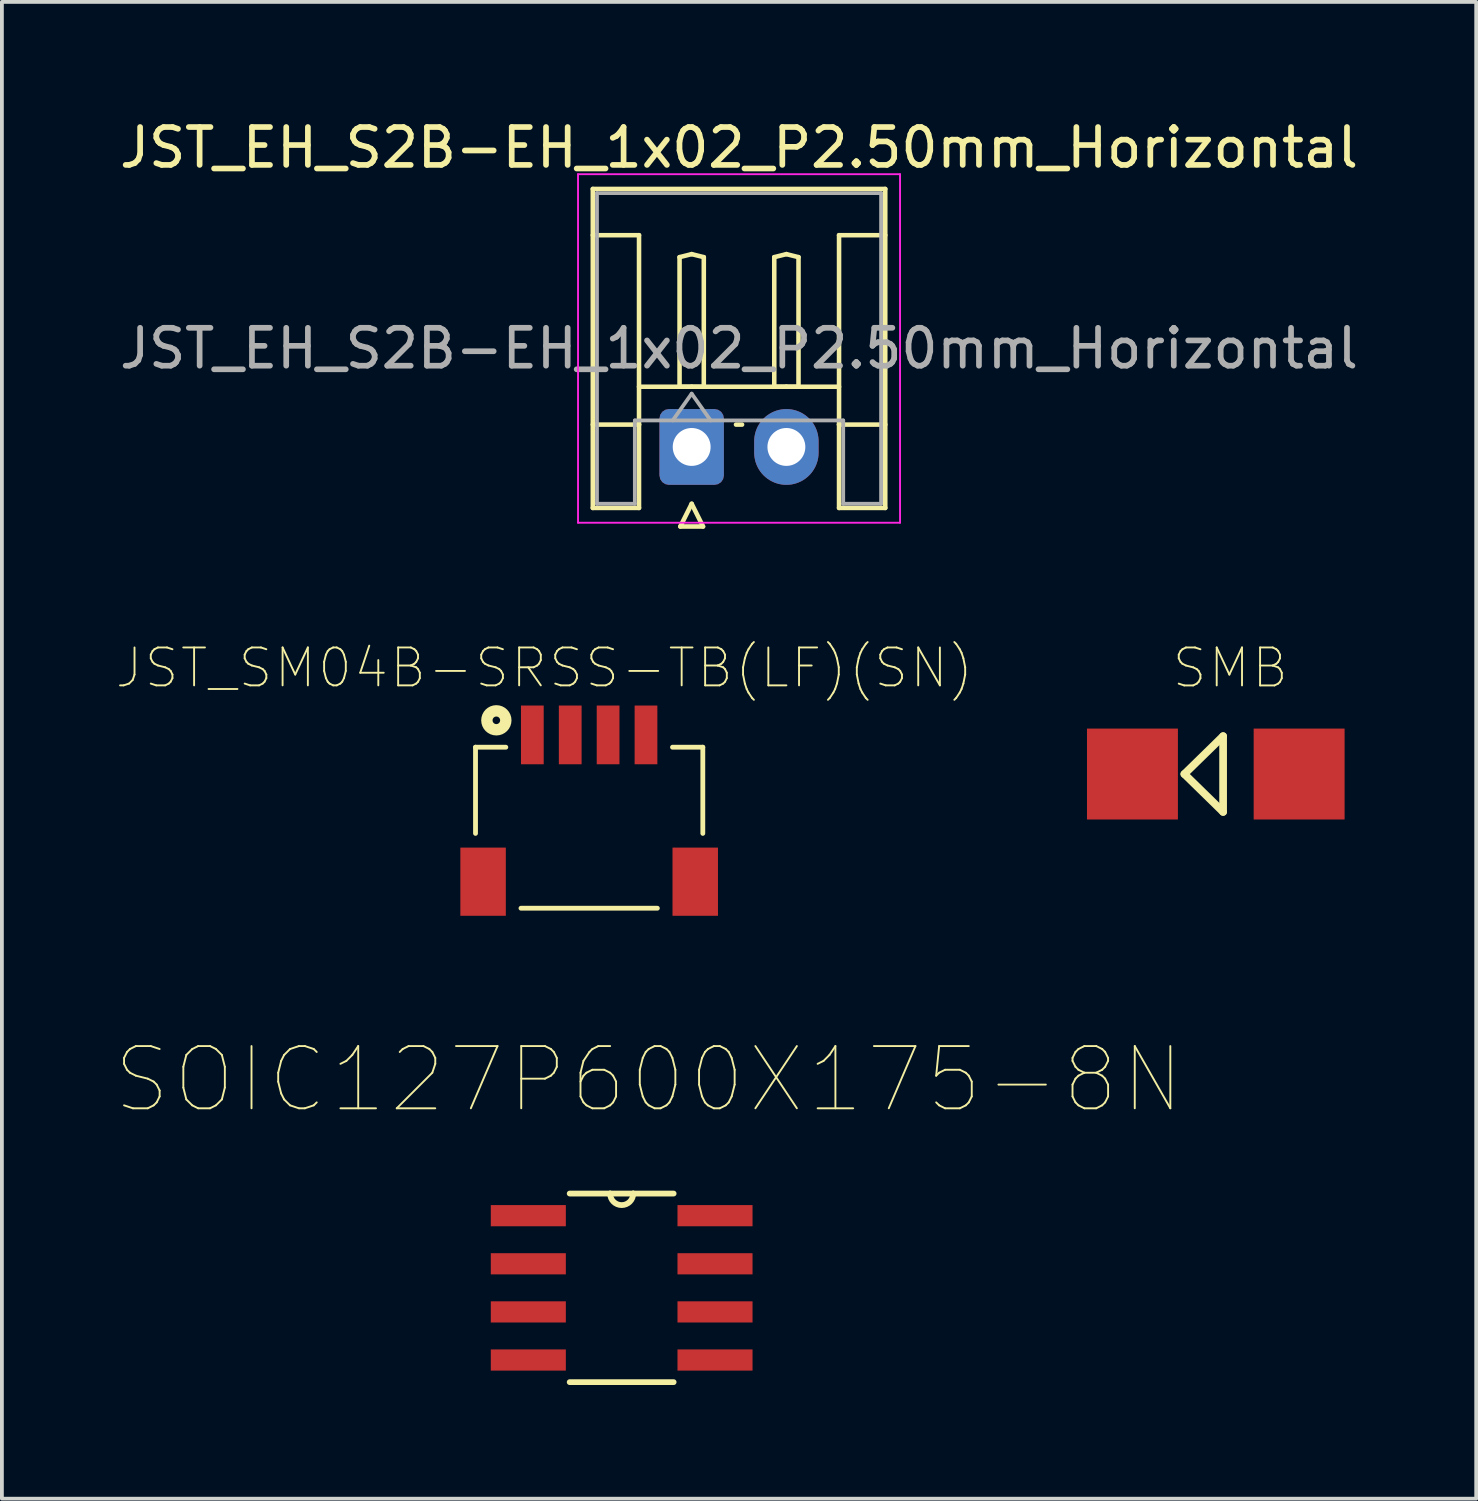
<source format=kicad_pcb>
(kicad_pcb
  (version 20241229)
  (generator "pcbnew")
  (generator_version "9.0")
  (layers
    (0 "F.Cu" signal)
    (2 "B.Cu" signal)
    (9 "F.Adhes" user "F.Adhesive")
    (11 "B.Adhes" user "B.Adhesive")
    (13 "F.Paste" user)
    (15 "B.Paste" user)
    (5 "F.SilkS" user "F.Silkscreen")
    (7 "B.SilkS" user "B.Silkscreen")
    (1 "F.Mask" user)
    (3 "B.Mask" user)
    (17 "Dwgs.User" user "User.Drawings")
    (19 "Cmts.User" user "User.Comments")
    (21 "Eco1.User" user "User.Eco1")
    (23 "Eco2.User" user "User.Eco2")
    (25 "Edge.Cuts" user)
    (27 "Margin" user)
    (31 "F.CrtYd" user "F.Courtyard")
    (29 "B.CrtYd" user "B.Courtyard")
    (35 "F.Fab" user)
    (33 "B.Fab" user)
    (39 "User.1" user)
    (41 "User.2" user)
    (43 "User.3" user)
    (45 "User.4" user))
  (footprint "JST_SM04B-SRSS-TB(LF)(SN)"
    (layer "F.Cu")
    (at 12.502 16.349)
    (property "Reference" "JST_SM04B-SRSS-TB(LF)(SN)" (at -1.181 -1.768 0) (layer "F.SilkS") (effects (font (size 1.001 1.001) (thickness 0.05))))
    (attr smd)
    (fp_line (start -3 0.325) (end -3 2.6) (stroke (width 0.127) (type solid)) (layer "F.SilkS"))
    (fp_line (start -2.2 0.325) (end -3 0.325) (stroke (width 0.127) (type solid)) (layer "F.SilkS"))
    (fp_line (start -1.8 4.575) (end 1.8 4.575) (stroke (width 0.127) (type solid)) (layer "F.SilkS"))
    (fp_line (start 2.2 0.325) (end 3 0.325) (stroke (width 0.127) (type solid)) (layer "F.SilkS"))
    (fp_line (start 3 0.325) (end 3 2.6) (stroke (width 0.127) (type solid)) (layer "F.SilkS"))
    (fp_circle (center -2.45 -0.385) (end -2.35 -0.385) (stroke (width 0.3) (type solid)) (fill no) (layer "F.SilkS"))
    (fp_line (start -3.65 -1.025) (end 3.65 -1.025) (stroke (width 0.05) (type solid)) (layer "Eco1.User"))
    (fp_line (start -3.65 5.025) (end -3.65 -1.025) (stroke (width 0.05) (type solid)) (layer "Eco1.User"))
    (fp_line (start 3.65 -1.025) (end 3.65 5.025) (stroke (width 0.05) (type solid)) (layer "Eco1.User"))
    (fp_line (start 3.65 5.025) (end -3.65 5.025) (stroke (width 0.05) (type solid)) (layer "Eco1.User"))
    (fp_line (start -3 0.325) (end 3 0.325) (stroke (width 0.127) (type solid)) (layer "Eco2.User"))
    (fp_line (start -3 4.575) (end -3 0.325) (stroke (width 0.127) (type solid)) (layer "Eco2.User"))
    (fp_line (start 3 0.325) (end 3 4.575) (stroke (width 0.127) (type solid)) (layer "Eco2.User"))
    (fp_line (start 3 4.575) (end -3 4.575) (stroke (width 0.127) (type solid)) (layer "Eco2.User"))
    (fp_circle (center -2.45 -0.385) (end -2.35 -0.385) (stroke (width 0.3) (type solid)) (fill no) (layer "Eco2.User"))
    (pad "1" smd rect (at -1.5 0) (size 0.6 1.55) (layers "F.Cu" "F.Mask" "F.Paste"))
    (pad "2" smd rect (at -0.5 0) (size 0.6 1.55) (layers "F.Cu" "F.Mask" "F.Paste"))
    (pad "3" smd rect (at 0.5 0) (size 0.6 1.55) (layers "F.Cu" "F.Mask" "F.Paste"))
    (pad "4" smd rect (at 1.5 0) (size 0.6 1.55) (layers "F.Cu" "F.Mask" "F.Paste"))
    (pad "S1" smd rect (at -2.8 3.875 180) (size 1.2 1.8) (layers "F.Cu" "F.Mask" "F.Paste"))
    (pad "S2" smd rect (at 2.8 3.875 180) (size 1.2 1.8) (layers "F.Cu" "F.Mask" "F.Paste")))
  (footprint "SOIC127P600X175-8N"
    (layer "F.Cu")
    (at 13.36 30.945)
    (property "Reference" "SOIC127P600X175-8N" (at 0.713 -5.497 0) (layer "F.SilkS") (effects (font (size 1.643 1.643) (thickness 0.05))))
    (attr smd)
    (fp_line (start -1.372 2.489) (end 1.372 2.489) (stroke (width 0.152) (type solid)) (layer "F.SilkS"))
    (fp_line (start -0.305 -2.489) (end -1.372 -2.489) (stroke (width 0.152) (type solid)) (layer "F.SilkS"))
    (fp_line (start 0.305 -2.489) (end -0.305 -2.489) (stroke (width 0.152) (type solid)) (layer "F.SilkS"))
    (fp_line (start 1.372 -2.489) (end 0.305 -2.489) (stroke (width 0.152) (type solid)) (layer "F.SilkS"))
    (fp_arc (start 0.3048 -2.4892) (mid 0 -2.1844) (end -0.3048 -2.4892) (stroke (width 0.1524) (type solid)) (layer "F.SilkS"))
    (fp_line (start -3.099 -2.159) (end -3.099 -1.651) (stroke (width 0.1) (type solid)) (layer "Eco2.User"))
    (fp_line (start -3.099 -1.651) (end -2.007 -1.651) (stroke (width 0.1) (type solid)) (layer "Eco2.User"))
    (fp_line (start -3.099 -0.889) (end -3.099 -0.381) (stroke (width 0.1) (type solid)) (layer "Eco2.User"))
    (fp_line (start -3.099 -0.381) (end -2.007 -0.381) (stroke (width 0.1) (type solid)) (layer "Eco2.User"))
    (fp_line (start -3.099 0.381) (end -3.099 0.889) (stroke (width 0.1) (type solid)) (layer "Eco2.User"))
    (fp_line (start -3.099 0.889) (end -2.007 0.889) (stroke (width 0.1) (type solid)) (layer "Eco2.User"))
    (fp_line (start -3.099 1.651) (end -3.099 2.159) (stroke (width 0.1) (type solid)) (layer "Eco2.User"))
    (fp_line (start -3.099 2.159) (end -2.007 2.159) (stroke (width 0.1) (type solid)) (layer "Eco2.User"))
    (fp_line (start -2.007 -2.489) (end -2.007 2.489) (stroke (width 0.1) (type solid)) (layer "Eco2.User"))
    (fp_line (start -2.007 -2.159) (end -3.099 -2.159) (stroke (width 0.1) (type solid)) (layer "Eco2.User"))
    (fp_line (start -2.007 -1.651) (end -2.007 -2.159) (stroke (width 0.1) (type solid)) (layer "Eco2.User"))
    (fp_line (start -2.007 -0.889) (end -3.099 -0.889) (stroke (width 0.1) (type solid)) (layer "Eco2.User"))
    (fp_line (start -2.007 -0.381) (end -2.007 -0.889) (stroke (width 0.1) (type solid)) (layer "Eco2.User"))
    (fp_line (start -2.007 0.381) (end -3.099 0.381) (stroke (width 0.1) (type solid)) (layer "Eco2.User"))
    (fp_line (start -2.007 0.889) (end -2.007 0.381) (stroke (width 0.1) (type solid)) (layer "Eco2.User"))
    (fp_line (start -2.007 1.651) (end -3.099 1.651) (stroke (width 0.1) (type solid)) (layer "Eco2.User"))
    (fp_line (start -2.007 2.159) (end -2.007 1.651) (stroke (width 0.1) (type solid)) (layer "Eco2.User"))
    (fp_line (start -2.007 2.489) (end 2.007 2.489) (stroke (width 0.1) (type solid)) (layer "Eco2.User"))
    (fp_line (start -0.305 -2.489) (end -2.007 -2.489) (stroke (width 0.1) (type solid)) (layer "Eco2.User"))
    (fp_line (start 0.305 -2.489) (end -0.305 -2.489) (stroke (width 0.1) (type solid)) (layer "Eco2.User"))
    (fp_line (start 2.007 -2.489) (end 0.305 -2.489) (stroke (width 0.1) (type solid)) (layer "Eco2.User"))
    (fp_line (start 2.007 -2.159) (end 2.007 -1.651) (stroke (width 0.1) (type solid)) (layer "Eco2.User"))
    (fp_line (start 2.007 -1.651) (end 3.099 -1.651) (stroke (width 0.1) (type solid)) (layer "Eco2.User"))
    (fp_line (start 2.007 -0.889) (end 2.007 -0.381) (stroke (width 0.1) (type solid)) (layer "Eco2.User"))
    (fp_line (start 2.007 -0.381) (end 3.099 -0.381) (stroke (width 0.1) (type solid)) (layer "Eco2.User"))
    (fp_line (start 2.007 0.381) (end 2.007 0.889) (stroke (width 0.1) (type solid)) (layer "Eco2.User"))
    (fp_line (start 2.007 0.889) (end 3.099 0.889) (stroke (width 0.1) (type solid)) (layer "Eco2.User"))
    (fp_line (start 2.007 1.651) (end 2.007 2.159) (stroke (width 0.1) (type solid)) (layer "Eco2.User"))
    (fp_line (start 2.007 2.159) (end 3.099 2.159) (stroke (width 0.1) (type solid)) (layer "Eco2.User"))
    (fp_line (start 2.007 2.489) (end 2.007 -2.489) (stroke (width 0.1) (type solid)) (layer "Eco2.User"))
    (fp_line (start 3.099 -2.159) (end 2.007 -2.159) (stroke (width 0.1) (type solid)) (layer "Eco2.User"))
    (fp_line (start 3.099 -1.651) (end 3.099 -2.159) (stroke (width 0.1) (type solid)) (layer "Eco2.User"))
    (fp_line (start 3.099 -0.889) (end 2.007 -0.889) (stroke (width 0.1) (type solid)) (layer "Eco2.User"))
    (fp_line (start 3.099 -0.381) (end 3.099 -0.889) (stroke (width 0.1) (type solid)) (layer "Eco2.User"))
    (fp_line (start 3.099 0.381) (end 2.007 0.381) (stroke (width 0.1) (type solid)) (layer "Eco2.User"))
    (fp_line (start 3.099 0.889) (end 3.099 0.381) (stroke (width 0.1) (type solid)) (layer "Eco2.User"))
    (fp_line (start 3.099 1.651) (end 2.007 1.651) (stroke (width 0.1) (type solid)) (layer "Eco2.User"))
    (fp_line (start 3.099 2.159) (end 3.099 1.651) (stroke (width 0.1) (type solid)) (layer "Eco2.User"))
    (fp_arc (start 0.3048 -2.4892) (mid 0 -2.1844) (end -0.3048 -2.4892) (stroke (width 0.1) (type solid)) (layer "Eco2.User"))
    (pad "1" smd rect (at -2.464 -1.905) (size 1.981 0.559) (layers "F.Cu" "F.Mask" "F.Paste"))
    (pad "2" smd rect (at -2.464 -0.635) (size 1.981 0.559) (layers "F.Cu" "F.Mask" "F.Paste"))
    (pad "3" smd rect (at -2.464 0.635) (size 1.981 0.559) (layers "F.Cu" "F.Mask" "F.Paste"))
    (pad "4" smd rect (at -2.464 1.905) (size 1.981 0.559) (layers "F.Cu" "F.Mask" "F.Paste"))
    (pad "5" smd rect (at 2.464 1.905) (size 1.981 0.559) (layers "F.Cu" "F.Mask" "F.Paste"))
    (pad "6" smd rect (at 2.464 0.635) (size 1.981 0.559) (layers "F.Cu" "F.Mask" "F.Paste"))
    (pad "7" smd rect (at 2.464 -0.635) (size 1.981 0.559) (layers "F.Cu" "F.Mask" "F.Paste"))
    (pad "8" smd rect (at 2.464 -1.905) (size 1.981 0.559) (layers "F.Cu" "F.Mask" "F.Paste")))
  (footprint "JST_EH_S2B-EH_1x02_P2.50mm_Horizontal"
    (layer "F.Cu")
    (at 15.208 8.748)
    (property "Reference" "JST_EH_S2B-EH_1x02_P2.50mm_Horizontal" (at 1.25 -7.9 0) (layer "F.SilkS") (effects (font (size 1 1) (thickness 0.15))))
    (attr through_hole)
    (fp_line (start -2.61 -6.81) (end 5.11 -6.81) (stroke (width 0.12) (type solid)) (layer "F.SilkS"))
    (fp_line (start -2.61 -5.59) (end -1.39 -5.59) (stroke (width 0.12) (type solid)) (layer "F.SilkS"))
    (fp_line (start -2.61 1.61) (end -2.61 -6.81) (stroke (width 0.12) (type solid)) (layer "F.SilkS"))
    (fp_line (start -1.39 -5.59) (end -1.39 -0.59) (stroke (width 0.12) (type solid)) (layer "F.SilkS"))
    (fp_line (start -1.39 -1.59) (end 3.89 -1.59) (stroke (width 0.12) (type solid)) (layer "F.SilkS"))
    (fp_line (start -1.39 -0.59) (end -2.61 -0.59) (stroke (width 0.12) (type solid)) (layer "F.SilkS"))
    (fp_line (start -1.39 -0.59) (end -1.39 1.61) (stroke (width 0.12) (type solid)) (layer "F.SilkS"))
    (fp_line (start -1.39 1.61) (end -2.61 1.61) (stroke (width 0.12) (type solid)) (layer "F.SilkS"))
    (fp_line (start -0.32 -5.01) (end 0 -5.09) (stroke (width 0.12) (type solid)) (layer "F.SilkS"))
    (fp_line (start -0.32 -1.59) (end -0.32 -5.01) (stroke (width 0.12) (type solid)) (layer "F.SilkS"))
    (fp_line (start -0.3 2.1) (end 0.3 2.1) (stroke (width 0.12) (type solid)) (layer "F.SilkS"))
    (fp_line (start 0 -5.09) (end 0.32 -5.01) (stroke (width 0.12) (type solid)) (layer "F.SilkS"))
    (fp_line (start 0 -1.59) (end -0.32 -1.59) (stroke (width 0.12) (type solid)) (layer "F.SilkS"))
    (fp_line (start 0 1.5) (end -0.3 2.1) (stroke (width 0.12) (type solid)) (layer "F.SilkS"))
    (fp_line (start 0.3 2.1) (end 0 1.5) (stroke (width 0.12) (type solid)) (layer "F.SilkS"))
    (fp_line (start 0.32 -5.01) (end 0.32 -1.59) (stroke (width 0.12) (type solid)) (layer "F.SilkS"))
    (fp_line (start 0.32 -1.59) (end 0 -1.59) (stroke (width 0.12) (type solid)) (layer "F.SilkS"))
    (fp_line (start 1.17 -0.59) (end 1.33 -0.59) (stroke (width 0.12) (type solid)) (layer "F.SilkS"))
    (fp_line (start 2.18 -5.01) (end 2.5 -5.09) (stroke (width 0.12) (type solid)) (layer "F.SilkS"))
    (fp_line (start 2.18 -1.59) (end 2.18 -5.01) (stroke (width 0.12) (type solid)) (layer "F.SilkS"))
    (fp_line (start 2.5 -5.09) (end 2.82 -5.01) (stroke (width 0.12) (type solid)) (layer "F.SilkS"))
    (fp_line (start 2.5 -1.59) (end 2.18 -1.59) (stroke (width 0.12) (type solid)) (layer "F.SilkS"))
    (fp_line (start 2.82 -5.01) (end 2.82 -1.59) (stroke (width 0.12) (type solid)) (layer "F.SilkS"))
    (fp_line (start 2.82 -1.59) (end 2.5 -1.59) (stroke (width 0.12) (type solid)) (layer "F.SilkS"))
    (fp_line (start 3.89 -5.59) (end 3.89 -0.59) (stroke (width 0.12) (type solid)) (layer "F.SilkS"))
    (fp_line (start 3.89 -0.59) (end 5.11 -0.59) (stroke (width 0.12) (type solid)) (layer "F.SilkS"))
    (fp_line (start 3.89 1.61) (end 3.89 -0.59) (stroke (width 0.12) (type solid)) (layer "F.SilkS"))
    (fp_line (start 5.11 -6.81) (end 5.11 1.61) (stroke (width 0.12) (type solid)) (layer "F.SilkS"))
    (fp_line (start 5.11 -5.59) (end 3.89 -5.59) (stroke (width 0.12) (type solid)) (layer "F.SilkS"))
    (fp_line (start 5.11 1.61) (end 3.89 1.61) (stroke (width 0.12) (type solid)) (layer "F.SilkS"))
    (fp_line (start -3 -7.2) (end -3 2) (stroke (width 0.05) (type solid)) (layer "F.CrtYd"))
    (fp_line (start -3 2) (end 5.5 2) (stroke (width 0.05) (type solid)) (layer "F.CrtYd"))
    (fp_line (start 5.5 -7.2) (end -3 -7.2) (stroke (width 0.05) (type solid)) (layer "F.CrtYd"))
    (fp_line (start 5.5 2) (end 5.5 -7.2) (stroke (width 0.05) (type solid)) (layer "F.CrtYd"))
    (fp_line (start -2.5 -6.7) (end 5 -6.7) (stroke (width 0.1) (type solid)) (layer "F.Fab"))
    (fp_line (start -2.5 1.5) (end -2.5 -6.7) (stroke (width 0.1) (type solid)) (layer "F.Fab"))
    (fp_line (start -1.5 -0.7) (end -1.5 1.5) (stroke (width 0.1) (type solid)) (layer "F.Fab"))
    (fp_line (start -1.5 1.5) (end -2.5 1.5) (stroke (width 0.1) (type solid)) (layer "F.Fab"))
    (fp_line (start -0.5 -0.7) (end 0 -1.407) (stroke (width 0.1) (type solid)) (layer "F.Fab"))
    (fp_line (start 0 -1.407) (end 0.5 -0.7) (stroke (width 0.1) (type solid)) (layer "F.Fab"))
    (fp_line (start 4 -0.7) (end -1.5 -0.7) (stroke (width 0.1) (type solid)) (layer "F.Fab"))
    (fp_line (start 4 1.5) (end 4 -0.7) (stroke (width 0.1) (type solid)) (layer "F.Fab"))
    (fp_line (start 5 -6.7) (end 5 1.5) (stroke (width 0.1) (type solid)) (layer "F.Fab"))
    (fp_line (start 5 1.5) (end 4 1.5) (stroke (width 0.1) (type solid)) (layer "F.Fab"))
    (fp_text user "${REFERENCE}" (at 1.25 -2.6 0) (layer "F.Fab") (effects (font (size 1 1) (thickness 0.15))))
    (pad "1" thru_hole roundrect (at 0 0) (size 1.7 2) (drill 1) (layers "*.Cu" "*.Mask") (roundrect_rratio 0.147))
    (pad "2" thru_hole oval (at 2.5 0) (size 1.7 2) (drill 1) (layers "*.Cu" "*.Mask")))
  (footprint "SMB"
    (layer "F.Cu")
    (at 29.043 17.382)
    (property "Reference" "SMB" (at 0.382 -2.8 0) (layer "F.SilkS") (effects (font (size 1.002 1.002) (thickness 0.05))))
    (attr smd)
    (fp_line (start -0.83 0) (end 0.193 1) (stroke (width 0.203) (type solid)) (layer "F.SilkS"))
    (fp_line (start 0.193 -1) (end -0.83 0) (stroke (width 0.203) (type solid)) (layer "F.SilkS"))
    (fp_line (start 0.193 1) (end 0.193 -1) (stroke (width 0.203) (type solid)) (layer "F.SilkS"))
    (fp_line (start -2.261 1.905) (end -2.261 -1.905) (stroke (width 0.102) (type solid)) (layer "Eco2.User"))
    (fp_line (start 2.261 1.905) (end 2.261 -1.905) (stroke (width 0.102) (type solid)) (layer "Eco2.User"))
    (fp_poly (pts (xy -2.8 -1.092) (xy -2.261 -1.092) (xy -2.261 1.094) (xy -2.8 1.094)) (stroke (width 0.1) (type solid)) (fill no) (layer "Eco2.User"))
    (fp_poly (pts (xy -1.352 -1.9) (xy -0.8 -1.9) (xy -0.8 1.903) (xy -1.352 1.903)) (stroke (width 0.1) (type solid)) (fill no) (layer "Eco2.User"))
    (fp_poly (pts (xy 2.261 -1.092) (xy 2.794 -1.092) (xy 2.794 1.092) (xy 2.261 1.092)) (stroke (width 0.1) (type solid)) (fill no) (layer "Eco2.User"))
    (pad "A" smd rect (at 2.2 0) (size 2.4 2.4) (layers "F.Cu" "F.Mask" "F.Paste"))
    (pad "C" smd rect (at -2.2 0) (size 2.4 2.4) (layers "F.Cu" "F.Mask" "F.Paste")))
  (gr_rect
    (start -3 -3)
    (end 35.917 36.51)
    (stroke (width 0.1) (type default))
    (fill no)
    (layer "Edge.Cuts")))
</source>
